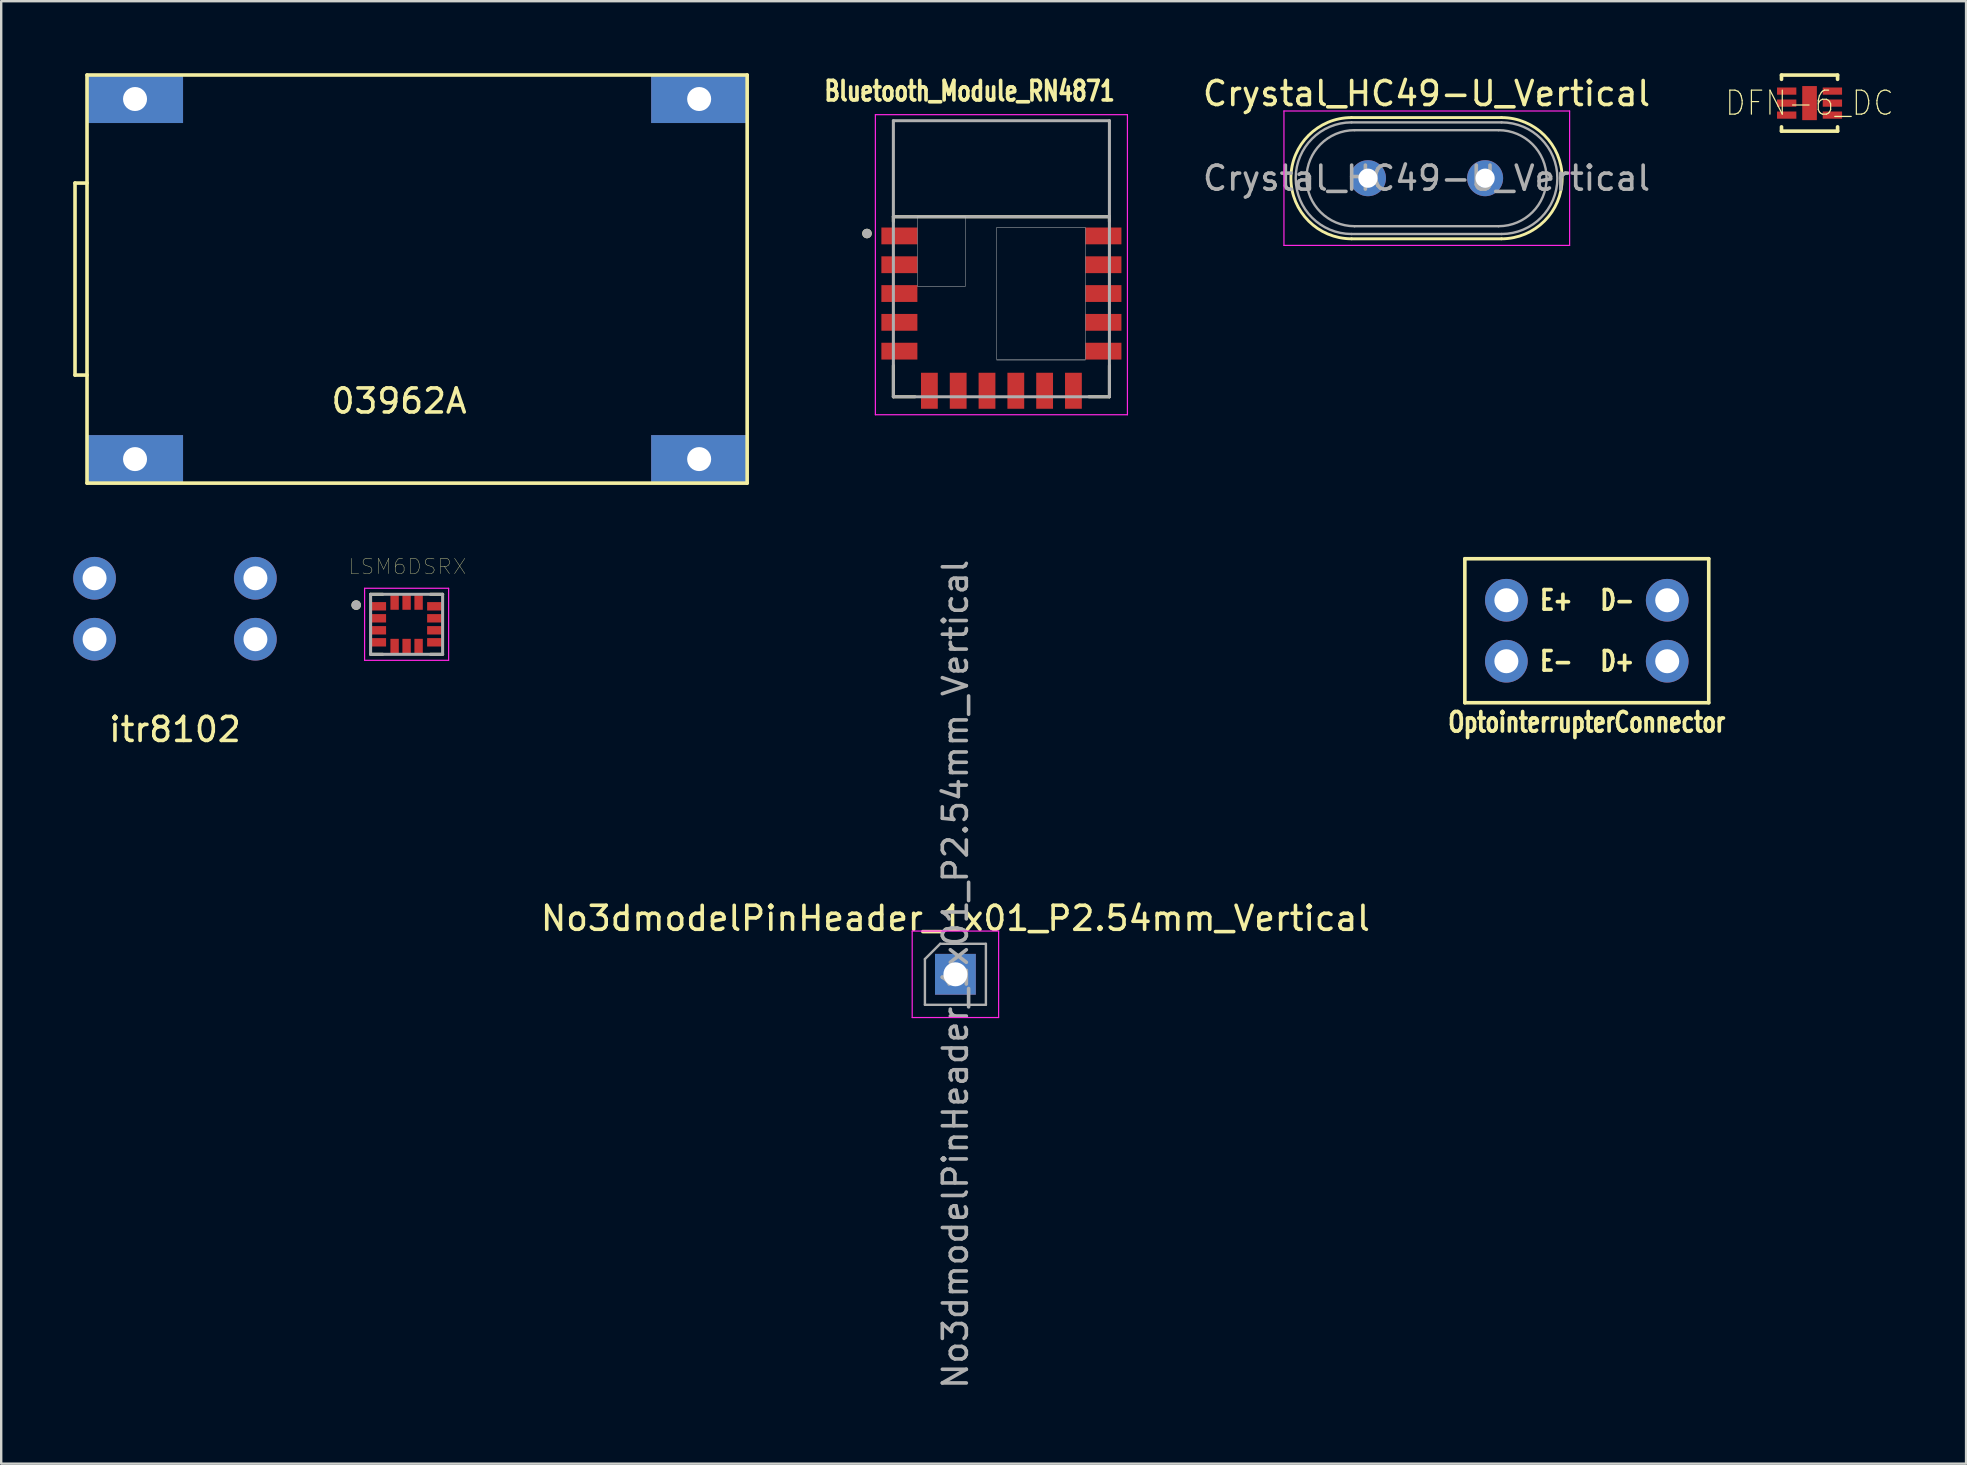
<source format=kicad_pcb>
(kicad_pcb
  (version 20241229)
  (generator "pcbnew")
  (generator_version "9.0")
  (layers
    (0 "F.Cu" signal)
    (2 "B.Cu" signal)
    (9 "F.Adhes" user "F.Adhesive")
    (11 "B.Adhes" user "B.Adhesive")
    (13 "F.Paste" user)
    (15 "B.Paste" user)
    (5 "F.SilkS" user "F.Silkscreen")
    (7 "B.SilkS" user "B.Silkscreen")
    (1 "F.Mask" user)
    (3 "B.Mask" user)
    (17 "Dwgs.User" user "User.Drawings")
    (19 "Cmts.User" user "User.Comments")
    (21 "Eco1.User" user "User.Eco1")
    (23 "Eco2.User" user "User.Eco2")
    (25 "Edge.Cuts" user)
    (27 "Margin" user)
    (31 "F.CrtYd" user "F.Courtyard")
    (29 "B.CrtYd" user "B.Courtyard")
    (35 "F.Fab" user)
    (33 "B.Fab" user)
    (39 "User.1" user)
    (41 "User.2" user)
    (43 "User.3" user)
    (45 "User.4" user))
  (footprint "OptointerrupterConnector"
    (layer "F.Cu")
    (at 63.052 23.225)
    (property "Reference" "OptointerrupterConnector" (at 0 3.81 0) (layer "F.SilkS") (effects (font (size 0.813 0.61) (thickness 0.152))))
    (attr through_hole)
    (fp_line (start -5.08 -3) (end -5.08 3) (stroke (width 0.15) (type solid)) (layer "F.SilkS"))
    (fp_line (start -5.08 3) (end 5.08 3) (stroke (width 0.15) (type solid)) (layer "F.SilkS"))
    (fp_line (start 5.08 -3) (end -5.08 -3) (stroke (width 0.15) (type solid)) (layer "F.SilkS"))
    (fp_line (start 5.08 3) (end 5.08 -3) (stroke (width 0.15) (type solid)) (layer "F.SilkS"))
    (fp_text user "D+" (at 1.27 1.27 0) (layer "F.SilkS") (effects (font (size 0.813 0.61) (thickness 0.152))))
    (fp_text user "D-" (at 1.27 -1.27 0) (layer "F.SilkS") (effects (font (size 0.813 0.61) (thickness 0.152))))
    (fp_text user "E+" (at -1.27 -1.27 0) (layer "F.SilkS") (effects (font (size 0.813 0.61) (thickness 0.152))))
    (fp_text user "E-" (at -1.27 1.27 0) (layer "F.SilkS") (effects (font (size 0.813 0.61) (thickness 0.152))))
    (pad "1" thru_hole circle (at -3.35 -1.27) (size 1.778 1.778) (drill 1) (layers "*.Cu" "*.Mask"))
    (pad "2" thru_hole circle (at -3.35 1.27) (size 1.778 1.778) (drill 1) (layers "*.Cu" "*.Mask"))
    (pad "3" thru_hole circle (at 3.35 1.27) (size 1.778 1.778) (drill 1) (layers "*.Cu" "*.Mask"))
    (pad "4" thru_hole circle (at 3.35 -1.27) (size 1.778 1.778) (drill 1) (layers "*.Cu" "*.Mask")))
  (footprint "itr8102"
    (layer "F.Cu")
    (at 4.239 22.309)
    (property "Reference" "itr8102" (at 0 5.029 0) (layer "F.SilkS") (effects (font (size 1 1) (thickness 0.15))))
    (attr through_hole)
    (pad "1" thru_hole circle (at -3.35 -1.27) (size 1.778 1.778) (drill 1) (layers "*.Cu" "*.Mask"))
    (pad "2" thru_hole circle (at -3.35 1.27) (size 1.778 1.778) (drill 1) (layers "*.Cu" "*.Mask"))
    (pad "3" thru_hole circle (at 3.35 1.27) (size 1.778 1.778) (drill 1) (layers "*.Cu" "*.Mask"))
    (pad "4" thru_hole circle (at 3.35 -1.27) (size 1.778 1.778) (drill 1) (layers "*.Cu" "*.Mask")))
  (footprint "Bluetooth_Module_RN4871"
    (layer "F.Cu")
    (at 38.666 7.728)
    (property "Reference" "Bluetooth_Module_RN4871" (at -1.325 -6.985 0) (layer "F.SilkS") (effects (font (size 0.813 0.61) (thickness 0.152))))
    (attr through_hole)
    (fp_line (start -4.5 -1.75) (end -4.5 -1.55) (stroke (width 0.127) (type solid)) (layer "F.SilkS"))
    (fp_line (start -4.5 4.45) (end -4.5 5.75) (stroke (width 0.127) (type solid)) (layer "F.SilkS"))
    (fp_line (start -4.5 5.75) (end -3.6 5.75) (stroke (width 0.127) (type solid)) (layer "F.SilkS"))
    (fp_line (start 3.65 5.75) (end 4.5 5.75) (stroke (width 0.127) (type solid)) (layer "F.SilkS"))
    (fp_line (start 4.5 -1.75) (end -4.5 -1.75) (stroke (width 0.127) (type solid)) (layer "F.SilkS"))
    (fp_line (start 4.5 -1.55) (end 4.5 -1.75) (stroke (width 0.127) (type solid)) (layer "F.SilkS"))
    (fp_line (start 4.5 5.75) (end 4.5 4.45) (stroke (width 0.127) (type solid)) (layer "F.SilkS"))
    (fp_circle (center -5.6 -1.05) (end -5.5 -1.05) (stroke (width 0.2) (type solid)) (fill no) (layer "F.SilkS"))
    (fp_line (start -0.2 4.25) (end 3.5 4.25) (stroke (width 0.01) (type solid)) (layer "Dwgs.User"))
    (fp_poly (pts (xy -3.5 -1.75) (xy -1.5 -1.75) (xy -1.5 1.15) (xy -3.5 1.15)) (stroke (width 0.01) (type solid)) (fill no) (layer "Dwgs.User"))
    (fp_poly (pts (xy -3.5 -1.75) (xy -1.5 -1.75) (xy -1.5 1.15) (xy -3.5 1.15)) (stroke (width 0.01) (type solid)) (fill no) (layer "Dwgs.User"))
    (fp_poly (pts (xy -0.2 -1.3) (xy 3.5 -1.3) (xy 3.5 4.2) (xy -0.2 4.2)) (stroke (width 0.01) (type solid)) (fill no) (layer "Dwgs.User"))
    (fp_poly (pts (xy -0.2 -1.3) (xy 3.5 -1.3) (xy 3.5 4.2) (xy -0.2 4.2)) (stroke (width 0.01) (type solid)) (fill no) (layer "Dwgs.User"))
    (fp_line (start -5.25 -6) (end 5.25 -6) (stroke (width 0.05) (type solid)) (layer "F.CrtYd"))
    (fp_line (start -5.25 6.5) (end -5.25 -6) (stroke (width 0.05) (type solid)) (layer "F.CrtYd"))
    (fp_line (start 5.25 -6) (end 5.25 6.5) (stroke (width 0.05) (type solid)) (layer "F.CrtYd"))
    (fp_line (start 5.25 6.5) (end -5.25 6.5) (stroke (width 0.05) (type solid)) (layer "F.CrtYd"))
    (fp_line (start -4.5 -5.75) (end -4.5 -1.75) (stroke (width 0.127) (type solid)) (layer "F.Fab"))
    (fp_line (start -4.5 -1.75) (end -4.5 5.75) (stroke (width 0.127) (type solid)) (layer "F.Fab"))
    (fp_line (start -4.5 -1.75) (end 4.5 -1.75) (stroke (width 0.127) (type solid)) (layer "F.Fab"))
    (fp_line (start -4.5 5.75) (end 4.5 5.75) (stroke (width 0.127) (type solid)) (layer "F.Fab"))
    (fp_line (start 4.5 -5.75) (end -4.5 -5.75) (stroke (width 0.127) (type solid)) (layer "F.Fab"))
    (fp_line (start 4.5 -1.75) (end 4.5 -5.75) (stroke (width 0.127) (type solid)) (layer "F.Fab"))
    (fp_line (start 4.5 5.75) (end 4.5 -1.75) (stroke (width 0.127) (type solid)) (layer "F.Fab"))
    (fp_circle (center -5.6 -1.05) (end -5.5 -1.05) (stroke (width 0.2) (type solid)) (fill no) (layer "F.Fab"))
    (pad "1" smd rect (at -4.25 -0.95) (size 1.5 0.7) (layers "F.Cu" "F.Mask" "F.Paste"))
    (pad "2" smd rect (at -4.25 0.25) (size 1.5 0.7) (layers "F.Cu" "F.Mask" "F.Paste"))
    (pad "3" smd rect (at -4.25 1.45) (size 1.5 0.7) (layers "F.Cu" "F.Mask" "F.Paste"))
    (pad "4" smd rect (at -4.25 2.65) (size 1.5 0.7) (layers "F.Cu" "F.Mask" "F.Paste"))
    (pad "5" smd rect (at -4.25 3.85) (size 1.5 0.7) (layers "F.Cu" "F.Mask" "F.Paste"))
    (pad "6" smd rect (at -3 5.5) (size 0.7 1.5) (layers "F.Cu" "F.Mask" "F.Paste"))
    (pad "7" smd rect (at -1.8 5.5) (size 0.7 1.5) (layers "F.Cu" "F.Mask" "F.Paste"))
    (pad "8" smd rect (at -0.6 5.5) (size 0.7 1.5) (layers "F.Cu" "F.Mask" "F.Paste"))
    (pad "9" smd rect (at 0.6 5.5) (size 0.7 1.5) (layers "F.Cu" "F.Mask" "F.Paste"))
    (pad "10" smd rect (at 1.8 5.5) (size 0.7 1.5) (layers "F.Cu" "F.Mask" "F.Paste"))
    (pad "11" smd rect (at 3 5.5) (size 0.7 1.5) (layers "F.Cu" "F.Mask" "F.Paste"))
    (pad "12" smd rect (at 4.25 3.85) (size 1.5 0.7) (layers "F.Cu" "F.Mask" "F.Paste"))
    (pad "13" smd rect (at 4.25 2.65) (size 1.5 0.7) (layers "F.Cu" "F.Mask" "F.Paste"))
    (pad "14" smd rect (at 4.25 1.45) (size 1.5 0.7) (layers "F.Cu" "F.Mask" "F.Paste"))
    (pad "15" smd rect (at 4.25 0.25) (size 1.5 0.7) (layers "F.Cu" "F.Mask" "F.Paste"))
    (pad "16" smd rect (at 4.25 -0.95) (size 1.5 0.7) (layers "F.Cu" "F.Mask" "F.Paste")))
  (footprint "03962A"
    (layer "F.Cu")
    (at 13.575 8.575)
    (property "Reference" "03962A" (at 0 5.08 0) (layer "F.SilkS") (effects (font (size 1 1) (thickness 0.15))))
    (attr through_hole)
    (fp_line (start -13.5 -4) (end -13 -4) (stroke (width 0.15) (type solid)) (layer "F.SilkS"))
    (fp_line (start -13.5 4) (end -13.5 -4) (stroke (width 0.15) (type solid)) (layer "F.SilkS"))
    (fp_line (start -13 -8.5) (end -13 8.5) (stroke (width 0.15) (type solid)) (layer "F.SilkS"))
    (fp_line (start -13 -8.5) (end 14.5 -8.5) (stroke (width 0.15) (type solid)) (layer "F.SilkS"))
    (fp_line (start -13 4) (end -13.5 4) (stroke (width 0.15) (type solid)) (layer "F.SilkS"))
    (fp_line (start -13 8.5) (end 14.5 8.5) (stroke (width 0.15) (type solid)) (layer "F.SilkS"))
    (fp_line (start 14.5 -8.5) (end 14.5 8.5) (stroke (width 0.15) (type solid)) (layer "F.SilkS"))
    (pad "1" thru_hole rect (at -11 -7.5) (size 4 2) (drill 1) (layers "*.Cu" "*.Mask"))
    (pad "2" thru_hole rect (at -11 7.5) (size 4 2) (drill 1) (layers "*.Cu" "*.Mask"))
    (pad "5" thru_hole rect (at 12.5 -7.5) (size 4 2) (drill 1) (layers "*.Cu" "*.Mask"))
    (pad "6" thru_hole rect (at 12.5 7.5) (size 4 2) (drill 1) (layers "*.Cu" "*.Mask")))
  (footprint "Crystal_HC49-U_Vertical"
    (layer "F.Cu")
    (at 53.936 4.373)
    (property "Reference" "Crystal_HC49-U_Vertical" (at 2.44 -3.525 0) (layer "F.SilkS") (effects (font (size 1 1) (thickness 0.15))))
    (attr through_hole)
    (fp_line (start -0.685 -2.525) (end 5.565 -2.525) (stroke (width 0.12) (type solid)) (layer "F.SilkS"))
    (fp_line (start -0.685 2.525) (end 5.565 2.525) (stroke (width 0.12) (type solid)) (layer "F.SilkS"))
    (fp_arc (start -0.685 2.525) (mid -3.21 0) (end -0.685 -2.525) (stroke (width 0.12) (type solid)) (layer "F.SilkS"))
    (fp_arc (start 5.565 -2.525) (mid 8.09 0) (end 5.565 2.525) (stroke (width 0.12) (type solid)) (layer "F.SilkS"))
    (fp_line (start -3.5 -2.8) (end -3.5 2.8) (stroke (width 0.05) (type solid)) (layer "F.CrtYd"))
    (fp_line (start -3.5 2.8) (end 8.4 2.8) (stroke (width 0.05) (type solid)) (layer "F.CrtYd"))
    (fp_line (start 8.4 -2.8) (end -3.5 -2.8) (stroke (width 0.05) (type solid)) (layer "F.CrtYd"))
    (fp_line (start 8.4 2.8) (end 8.4 -2.8) (stroke (width 0.05) (type solid)) (layer "F.CrtYd"))
    (fp_line (start -0.685 -2.325) (end 5.565 -2.325) (stroke (width 0.1) (type solid)) (layer "F.Fab"))
    (fp_line (start -0.685 2.325) (end 5.565 2.325) (stroke (width 0.1) (type solid)) (layer "F.Fab"))
    (fp_line (start -0.56 -2) (end 5.44 -2) (stroke (width 0.1) (type solid)) (layer "F.Fab"))
    (fp_line (start -0.56 2) (end 5.44 2) (stroke (width 0.1) (type solid)) (layer "F.Fab"))
    (fp_arc (start -0.685 2.325) (mid -3.01 0) (end -0.685 -2.325) (stroke (width 0.1) (type solid)) (layer "F.Fab"))
    (fp_arc (start -0.56 2) (mid -2.56 0) (end -0.56 -2) (stroke (width 0.1) (type solid)) (layer "F.Fab"))
    (fp_arc (start 5.44 -2) (mid 7.44 0) (end 5.44 2) (stroke (width 0.1) (type solid)) (layer "F.Fab"))
    (fp_arc (start 5.565 -2.325) (mid 7.89 0) (end 5.565 2.325) (stroke (width 0.1) (type solid)) (layer "F.Fab"))
    (fp_text user "${REFERENCE}" (at 2.44 0 0) (layer "F.Fab") (effects (font (size 1 1) (thickness 0.15))))
    (pad "1" thru_hole circle (at 0 0) (size 1.5 1.5) (drill 0.8) (layers "*.Cu" "*.Mask"))
    (pad "2" thru_hole circle (at 4.88 0) (size 1.5 1.5) (drill 0.8) (layers "*.Cu" "*.Mask")))
  (footprint "DFN-6_DC"
    (layer "F.Cu")
    (at 72.331 1.245)
    (property "Reference" "DFN-6_DC" (at 0 0 0) (layer "F.SilkS") (effects (font (size 1 0.9) (thickness 0.05))))
    (attr smd)
    (fp_line (start -1.168 -1.168) (end -1.168 -0.991) (stroke (width 0.152) (type solid)) (layer "F.SilkS"))
    (fp_line (start -1.168 0.991) (end -1.168 1.168) (stroke (width 0.152) (type solid)) (layer "F.SilkS"))
    (fp_line (start -1.168 1.168) (end 1.168 1.168) (stroke (width 0.152) (type solid)) (layer "F.SilkS"))
    (fp_line (start 1.168 -1.168) (end -1.168 -1.168) (stroke (width 0.152) (type solid)) (layer "F.SilkS"))
    (fp_line (start 1.168 -0.991) (end 1.168 -1.168) (stroke (width 0.152) (type solid)) (layer "F.SilkS"))
    (fp_line (start 1.168 1.168) (end 1.168 0.991) (stroke (width 0.152) (type solid)) (layer "F.SilkS"))
    (fp_poly (pts (xy -0.305 -0.71) (xy -0.305 0.71) (xy 0.305 0.71) (xy 0.305 -0.71)) (stroke (width 0.025) (type solid)) (fill yes) (layer "F.Paste"))
    (fp_line (start -1.041 -1.041) (end -1.041 1.041) (stroke (width 0.152) (type solid)) (layer "Eco2.User"))
    (fp_line (start -1.041 1.041) (end 1.041 1.041) (stroke (width 0.152) (type solid)) (layer "Eco2.User"))
    (fp_line (start -0.305 -1.041) (end -1.041 -1.041) (stroke (width 0.152) (type solid)) (layer "Eco2.User"))
    (fp_line (start 0.305 -1.041) (end -0.305 -1.041) (stroke (width 0.152) (type solid)) (layer "Eco2.User"))
    (fp_line (start 1.041 -1.041) (end 0.305 -1.041) (stroke (width 0.152) (type solid)) (layer "Eco2.User"))
    (fp_line (start 1.041 1.041) (end 1.041 -1.041) (stroke (width 0.152) (type solid)) (layer "Eco2.User"))
    (fp_arc (start 0.3048 -1.0414) (mid 0 -0.7366) (end -0.3048 -1.0414) (stroke (width 0.1524) (type solid)) (layer "Eco2.User"))
    (pad "1" smd rect (at -0.952 -0.5) (size 0.805 0.3) (layers "F.Cu" "F.Mask" "F.Paste"))
    (pad "2" smd rect (at -0.952 0) (size 0.805 0.3) (layers "F.Cu" "F.Mask" "F.Paste"))
    (pad "3" smd rect (at -0.952 0.5) (size 0.805 0.3) (layers "F.Cu" "F.Mask" "F.Paste"))
    (pad "4" smd rect (at 0.952 0.5) (size 0.805 0.3) (layers "F.Cu" "F.Mask" "F.Paste"))
    (pad "5" smd rect (at 0.952 0) (size 0.805 0.3) (layers "F.Cu" "F.Mask" "F.Paste"))
    (pad "6" smd rect (at 0.952 -0.5) (size 0.805 0.3) (layers "F.Cu" "F.Mask" "F.Paste"))
    (pad "7" smd rect (at 0 0) (size 0.61 1.42) (layers "F.Cu" "F.Mask" "F.Paste")))
  (footprint "LSM6DSRX"
    (layer "F.Cu")
    (at 13.888 22.957)
    (property "Reference" "LSM6DSRX" (at 0.032 -2.406 0) (layer "F.SilkS") (effects (font (size 0.64 0.64) (thickness 0.015))))
    (attr through_hole)
    (fp_line (start -1.5 -1.25) (end -0.995 -1.25) (stroke (width 0.127) (type solid)) (layer "F.SilkS"))
    (fp_line (start -1.5 1.25) (end -0.995 1.25) (stroke (width 0.127) (type solid)) (layer "F.SilkS"))
    (fp_line (start 1.5 -1.25) (end 0.995 -1.25) (stroke (width 0.127) (type solid)) (layer "F.SilkS"))
    (fp_line (start 1.5 1.25) (end 0.995 1.25) (stroke (width 0.127) (type solid)) (layer "F.SilkS"))
    (fp_circle (center -2.1 -0.8) (end -2 -0.8) (stroke (width 0.2) (type solid)) (fill no) (layer "F.SilkS"))
    (fp_line (start -1.75 -1.5) (end 1.75 -1.5) (stroke (width 0.05) (type solid)) (layer "F.CrtYd"))
    (fp_line (start -1.75 1.5) (end -1.75 -1.5) (stroke (width 0.05) (type solid)) (layer "F.CrtYd"))
    (fp_line (start 1.75 -1.5) (end 1.75 1.5) (stroke (width 0.05) (type solid)) (layer "F.CrtYd"))
    (fp_line (start 1.75 1.5) (end -1.75 1.5) (stroke (width 0.05) (type solid)) (layer "F.CrtYd"))
    (fp_line (start -1.5 -1.25) (end -1.5 1.25) (stroke (width 0.127) (type solid)) (layer "F.Fab"))
    (fp_line (start -1.5 1.25) (end 1.5 1.25) (stroke (width 0.127) (type solid)) (layer "F.Fab"))
    (fp_line (start 1.5 -1.25) (end -1.5 -1.25) (stroke (width 0.127) (type solid)) (layer "F.Fab"))
    (fp_line (start 1.5 1.25) (end 1.5 -1.25) (stroke (width 0.127) (type solid)) (layer "F.Fab"))
    (fp_circle (center -2.1 -0.8) (end -2 -0.8) (stroke (width 0.2) (type solid)) (fill no) (layer "F.Fab"))
    (pad "1" smd rect (at -1.16 -0.75) (size 0.61 0.35) (layers "F.Cu" "F.Mask" "F.Paste"))
    (pad "2" smd rect (at -1.16 -0.25) (size 0.61 0.35) (layers "F.Cu" "F.Mask" "F.Paste"))
    (pad "3" smd rect (at -1.16 0.25) (size 0.61 0.35) (layers "F.Cu" "F.Mask" "F.Paste"))
    (pad "4" smd rect (at -1.16 0.75) (size 0.61 0.35) (layers "F.Cu" "F.Mask" "F.Paste"))
    (pad "5" smd rect (at -0.5 0.91) (size 0.35 0.61) (layers "F.Cu" "F.Mask" "F.Paste"))
    (pad "6" smd rect (at 0 0.91) (size 0.35 0.61) (layers "F.Cu" "F.Mask" "F.Paste"))
    (pad "7" smd rect (at 0.5 0.91) (size 0.35 0.61) (layers "F.Cu" "F.Mask" "F.Paste"))
    (pad "8" smd rect (at 1.16 0.75) (size 0.61 0.35) (layers "F.Cu" "F.Mask" "F.Paste"))
    (pad "9" smd rect (at 1.16 0.25) (size 0.61 0.35) (layers "F.Cu" "F.Mask" "F.Paste"))
    (pad "10" smd rect (at 1.16 -0.25) (size 0.61 0.35) (layers "F.Cu" "F.Mask" "F.Paste"))
    (pad "11" smd rect (at 1.16 -0.75) (size 0.61 0.35) (layers "F.Cu" "F.Mask" "F.Paste"))
    (pad "12" smd rect (at 0.5 -0.91) (size 0.35 0.61) (layers "F.Cu" "F.Mask" "F.Paste"))
    (pad "13" smd rect (at 0 -0.91) (size 0.35 0.61) (layers "F.Cu" "F.Mask" "F.Paste"))
    (pad "14" smd rect (at -0.5 -0.91) (size 0.35 0.61) (layers "F.Cu" "F.Mask" "F.Paste")))
  (footprint "No3dmodelPinHeader_1x01_P2.54mm_Vertical"
    (layer "F.Cu")
    (at 36.75 37.537)
    (property "Reference" "No3dmodelPinHeader_1x01_P2.54mm_Vertical" (at 0 -2.33 0) (layer "F.SilkS") (effects (font (size 1 1) (thickness 0.15))))
    (attr through_hole)
    (fp_line (start -1.8 -1.8) (end -1.8 1.8) (stroke (width 0.05) (type solid)) (layer "F.CrtYd"))
    (fp_line (start -1.8 1.8) (end 1.8 1.8) (stroke (width 0.05) (type solid)) (layer "F.CrtYd"))
    (fp_line (start 1.8 -1.8) (end -1.8 -1.8) (stroke (width 0.05) (type solid)) (layer "F.CrtYd"))
    (fp_line (start 1.8 1.8) (end 1.8 -1.8) (stroke (width 0.05) (type solid)) (layer "F.CrtYd"))
    (fp_line (start -1.27 -0.635) (end -0.635 -1.27) (stroke (width 0.1) (type solid)) (layer "F.Fab"))
    (fp_line (start -1.27 1.27) (end -1.27 -0.635) (stroke (width 0.1) (type solid)) (layer "F.Fab"))
    (fp_line (start -0.635 -1.27) (end 1.27 -1.27) (stroke (width 0.1) (type solid)) (layer "F.Fab"))
    (fp_line (start 1.27 -1.27) (end 1.27 1.27) (stroke (width 0.1) (type solid)) (layer "F.Fab"))
    (fp_line (start 1.27 1.27) (end -1.27 1.27) (stroke (width 0.1) (type solid)) (layer "F.Fab"))
    (fp_text user "${REFERENCE}" (at 0 0 90) (layer "F.Fab") (effects (font (size 1 1) (thickness 0.15))))
    (pad "1" thru_hole rect (at 0 0) (size 1.7 1.7) (drill 1) (layers "*.Cu" "*.Mask")))
  (gr_rect
    (start -3 -3)
    (end 78.852 57.924)
    (stroke (width 0.1) (type default))
    (fill no)
    (layer "Edge.Cuts")))
</source>
